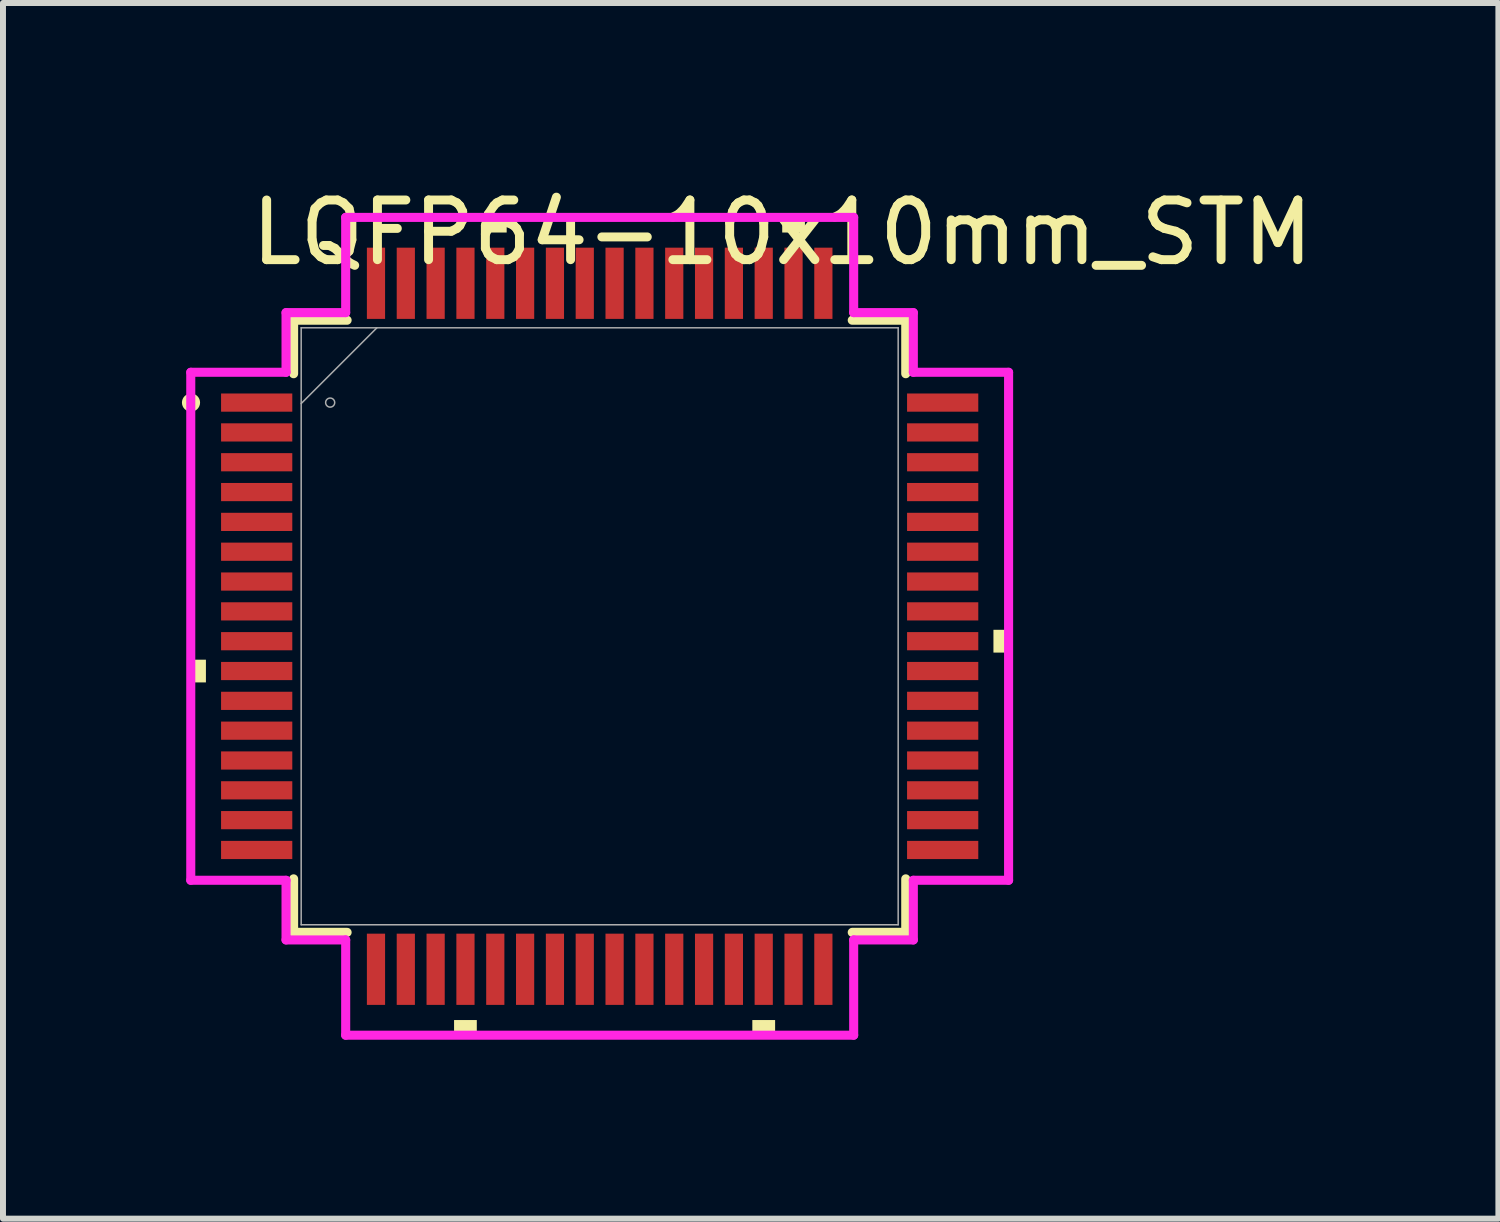
<source format=kicad_pcb>
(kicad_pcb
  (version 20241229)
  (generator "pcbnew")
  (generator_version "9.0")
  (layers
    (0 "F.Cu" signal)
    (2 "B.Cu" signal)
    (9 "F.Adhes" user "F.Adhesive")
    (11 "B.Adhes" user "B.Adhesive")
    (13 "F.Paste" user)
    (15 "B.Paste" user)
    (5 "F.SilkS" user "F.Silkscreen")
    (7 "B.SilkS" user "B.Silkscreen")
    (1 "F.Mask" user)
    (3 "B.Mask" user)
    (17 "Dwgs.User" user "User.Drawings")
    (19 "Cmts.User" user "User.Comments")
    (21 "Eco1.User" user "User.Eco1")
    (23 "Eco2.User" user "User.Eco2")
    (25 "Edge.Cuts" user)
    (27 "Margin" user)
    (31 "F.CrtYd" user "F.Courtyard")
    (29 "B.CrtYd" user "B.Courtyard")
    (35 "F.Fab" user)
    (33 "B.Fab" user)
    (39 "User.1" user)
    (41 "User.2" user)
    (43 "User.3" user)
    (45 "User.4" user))
  (footprint "LQFP64-10x10mm_STM"
    (layer "F.Cu")
    (at 7.003 7.449)
    (property "Reference" "LQFP64-10x10mm_STM" (at 3.06 -6.601 0) (unlocked yes) (layer "F.SilkS") (effects (font (size 1 1) (thickness 0.15))))
    (attr smd)
    (fp_line (start -5.131 -5.131) (end -5.131 -4.234) (stroke (width 0.152) (type solid)) (layer "F.SilkS"))
    (fp_line (start -5.131 4.234) (end -5.131 5.131) (stroke (width 0.152) (type solid)) (layer "F.SilkS"))
    (fp_line (start -5.131 5.131) (end -4.234 5.131) (stroke (width 0.152) (type solid)) (layer "F.SilkS"))
    (fp_line (start -4.234 -5.131) (end -5.131 -5.131) (stroke (width 0.152) (type solid)) (layer "F.SilkS"))
    (fp_line (start 4.234 5.131) (end 5.131 5.131) (stroke (width 0.152) (type solid)) (layer "F.SilkS"))
    (fp_line (start 5.131 -5.131) (end 4.234 -5.131) (stroke (width 0.152) (type solid)) (layer "F.SilkS"))
    (fp_line (start 5.131 -4.234) (end 5.131 -5.131) (stroke (width 0.152) (type solid)) (layer "F.SilkS"))
    (fp_line (start 5.131 5.131) (end 5.131 4.234) (stroke (width 0.152) (type solid)) (layer "F.SilkS"))
    (fp_circle (center -6.851 -3.75) (end -6.775 -3.75) (stroke (width 0.152) (type solid)) (fill no) (layer "F.SilkS"))
    (fp_poly (pts (xy -6.855 0.56) (xy -6.855 0.941) (xy -6.601 0.941) (xy -6.601 0.56)) (stroke (width 0) (type solid)) (fill yes) (layer "F.SilkS"))
    (fp_poly (pts (xy -2.441 6.601) (xy -2.441 6.855) (xy -2.06 6.855) (xy -2.06 6.601)) (stroke (width 0) (type solid)) (fill yes) (layer "F.SilkS"))
    (fp_poly (pts (xy -1.94 -6.601) (xy -1.94 -6.855) (xy -1.559 -6.855) (xy -1.559 -6.601)) (stroke (width 0) (type solid)) (fill yes) (layer "F.SilkS"))
    (fp_poly (pts (xy 2.559 6.601) (xy 2.559 6.855) (xy 2.941 6.855) (xy 2.941 6.601)) (stroke (width 0) (type solid)) (fill yes) (layer "F.SilkS"))
    (fp_poly (pts (xy 3.06 -6.601) (xy 3.06 -6.855) (xy 3.441 -6.855) (xy 3.441 -6.601)) (stroke (width 0) (type solid)) (fill yes) (layer "F.SilkS"))
    (fp_poly (pts (xy 6.855 0.059) (xy 6.855 0.441) (xy 6.601 0.441) (xy 6.601 0.059)) (stroke (width 0) (type solid)) (fill yes) (layer "F.SilkS"))
    (fp_line (start -6.855 -4.258) (end -5.258 -4.258) (stroke (width 0.152) (type solid)) (layer "F.CrtYd"))
    (fp_line (start -6.855 4.258) (end -6.855 -4.258) (stroke (width 0.152) (type solid)) (layer "F.CrtYd"))
    (fp_line (start -5.258 -5.258) (end -4.258 -5.258) (stroke (width 0.152) (type solid)) (layer "F.CrtYd"))
    (fp_line (start -5.258 -4.258) (end -5.258 -5.258) (stroke (width 0.152) (type solid)) (layer "F.CrtYd"))
    (fp_line (start -5.258 4.258) (end -6.855 4.258) (stroke (width 0.152) (type solid)) (layer "F.CrtYd"))
    (fp_line (start -5.258 5.258) (end -5.258 4.258) (stroke (width 0.152) (type solid)) (layer "F.CrtYd"))
    (fp_line (start -4.258 -6.855) (end 4.258 -6.855) (stroke (width 0.152) (type solid)) (layer "F.CrtYd"))
    (fp_line (start -4.258 -5.258) (end -4.258 -6.855) (stroke (width 0.152) (type solid)) (layer "F.CrtYd"))
    (fp_line (start -4.258 5.258) (end -5.258 5.258) (stroke (width 0.152) (type solid)) (layer "F.CrtYd"))
    (fp_line (start -4.258 6.855) (end -4.258 5.258) (stroke (width 0.152) (type solid)) (layer "F.CrtYd"))
    (fp_line (start 4.258 -6.855) (end 4.258 -5.258) (stroke (width 0.152) (type solid)) (layer "F.CrtYd"))
    (fp_line (start 4.258 -5.258) (end 5.258 -5.258) (stroke (width 0.152) (type solid)) (layer "F.CrtYd"))
    (fp_line (start 4.258 5.258) (end 4.258 6.855) (stroke (width 0.152) (type solid)) (layer "F.CrtYd"))
    (fp_line (start 4.258 6.855) (end -4.258 6.855) (stroke (width 0.152) (type solid)) (layer "F.CrtYd"))
    (fp_line (start 5.258 -5.258) (end 5.258 -4.258) (stroke (width 0.152) (type solid)) (layer "F.CrtYd"))
    (fp_line (start 5.258 -4.258) (end 6.855 -4.258) (stroke (width 0.152) (type solid)) (layer "F.CrtYd"))
    (fp_line (start 5.258 4.258) (end 5.258 5.258) (stroke (width 0.152) (type solid)) (layer "F.CrtYd"))
    (fp_line (start 5.258 5.258) (end 4.258 5.258) (stroke (width 0.152) (type solid)) (layer "F.CrtYd"))
    (fp_line (start 6.855 -4.258) (end 6.855 4.258) (stroke (width 0.152) (type solid)) (layer "F.CrtYd"))
    (fp_line (start 6.855 4.258) (end 5.258 4.258) (stroke (width 0.152) (type solid)) (layer "F.CrtYd"))
    (fp_line (start -5.004 -5.004) (end -5.004 5.004) (stroke (width 0.025) (type solid)) (layer "F.Fab"))
    (fp_line (start -5.004 -3.734) (end -3.734 -5.004) (stroke (width 0.025) (type solid)) (layer "F.Fab"))
    (fp_line (start -5.004 5.004) (end 5.004 5.004) (stroke (width 0.025) (type solid)) (layer "F.Fab"))
    (fp_line (start 5.004 -5.004) (end -5.004 -5.004) (stroke (width 0.025) (type solid)) (layer "F.Fab"))
    (fp_line (start 5.004 5.004) (end 5.004 -5.004) (stroke (width 0.025) (type solid)) (layer "F.Fab"))
    (fp_circle (center -4.518 -3.75) (end -4.442 -3.75) (stroke (width 0.025) (type solid)) (fill no) (layer "F.Fab"))
    (pad "1" smd rect (at -5.75 -3.75) (size 1.194 0.305) (layers "F.Cu" "F.Mask" "F.Paste"))
    (pad "2" smd rect (at -5.75 -3.25) (size 1.194 0.305) (layers "F.Cu" "F.Mask" "F.Paste"))
    (pad "3" smd rect (at -5.75 -2.75) (size 1.194 0.305) (layers "F.Cu" "F.Mask" "F.Paste"))
    (pad "4" smd rect (at -5.75 -2.25) (size 1.194 0.305) (layers "F.Cu" "F.Mask" "F.Paste"))
    (pad "5" smd rect (at -5.75 -1.75) (size 1.194 0.305) (layers "F.Cu" "F.Mask" "F.Paste"))
    (pad "6" smd rect (at -5.75 -1.25) (size 1.194 0.305) (layers "F.Cu" "F.Mask" "F.Paste"))
    (pad "7" smd rect (at -5.75 -0.75) (size 1.194 0.305) (layers "F.Cu" "F.Mask" "F.Paste"))
    (pad "8" smd rect (at -5.75 -0.25) (size 1.194 0.305) (layers "F.Cu" "F.Mask" "F.Paste"))
    (pad "9" smd rect (at -5.75 0.25) (size 1.194 0.305) (layers "F.Cu" "F.Mask" "F.Paste"))
    (pad "10" smd rect (at -5.75 0.75) (size 1.194 0.305) (layers "F.Cu" "F.Mask" "F.Paste"))
    (pad "11" smd rect (at -5.75 1.25) (size 1.194 0.305) (layers "F.Cu" "F.Mask" "F.Paste"))
    (pad "12" smd rect (at -5.75 1.75) (size 1.194 0.305) (layers "F.Cu" "F.Mask" "F.Paste"))
    (pad "13" smd rect (at -5.75 2.25) (size 1.194 0.305) (layers "F.Cu" "F.Mask" "F.Paste"))
    (pad "14" smd rect (at -5.75 2.75) (size 1.194 0.305) (layers "F.Cu" "F.Mask" "F.Paste"))
    (pad "15" smd rect (at -5.75 3.25) (size 1.194 0.305) (layers "F.Cu" "F.Mask" "F.Paste"))
    (pad "16" smd rect (at -5.75 3.75) (size 1.194 0.305) (layers "F.Cu" "F.Mask" "F.Paste"))
    (pad "17" smd rect (at -3.75 5.75 90) (size 1.194 0.305) (layers "F.Cu" "F.Mask" "F.Paste"))
    (pad "18" smd rect (at -3.25 5.75 90) (size 1.194 0.305) (layers "F.Cu" "F.Mask" "F.Paste"))
    (pad "19" smd rect (at -2.75 5.75 90) (size 1.194 0.305) (layers "F.Cu" "F.Mask" "F.Paste"))
    (pad "20" smd rect (at -2.25 5.75 90) (size 1.194 0.305) (layers "F.Cu" "F.Mask" "F.Paste"))
    (pad "21" smd rect (at -1.75 5.75 90) (size 1.194 0.305) (layers "F.Cu" "F.Mask" "F.Paste"))
    (pad "22" smd rect (at -1.25 5.75 90) (size 1.194 0.305) (layers "F.Cu" "F.Mask" "F.Paste"))
    (pad "23" smd rect (at -0.75 5.75 90) (size 1.194 0.305) (layers "F.Cu" "F.Mask" "F.Paste"))
    (pad "24" smd rect (at -0.25 5.75 90) (size 1.194 0.305) (layers "F.Cu" "F.Mask" "F.Paste"))
    (pad "25" smd rect (at 0.25 5.75 90) (size 1.194 0.305) (layers "F.Cu" "F.Mask" "F.Paste"))
    (pad "26" smd rect (at 0.75 5.75 90) (size 1.194 0.305) (layers "F.Cu" "F.Mask" "F.Paste"))
    (pad "27" smd rect (at 1.25 5.75 90) (size 1.194 0.305) (layers "F.Cu" "F.Mask" "F.Paste"))
    (pad "28" smd rect (at 1.75 5.75 90) (size 1.194 0.305) (layers "F.Cu" "F.Mask" "F.Paste"))
    (pad "29" smd rect (at 2.25 5.75 90) (size 1.194 0.305) (layers "F.Cu" "F.Mask" "F.Paste"))
    (pad "30" smd rect (at 2.75 5.75 90) (size 1.194 0.305) (layers "F.Cu" "F.Mask" "F.Paste"))
    (pad "31" smd rect (at 3.25 5.75 90) (size 1.194 0.305) (layers "F.Cu" "F.Mask" "F.Paste"))
    (pad "32" smd rect (at 3.75 5.75 90) (size 1.194 0.305) (layers "F.Cu" "F.Mask" "F.Paste"))
    (pad "33" smd rect (at 5.75 3.75) (size 1.194 0.305) (layers "F.Cu" "F.Mask" "F.Paste"))
    (pad "34" smd rect (at 5.75 3.25) (size 1.194 0.305) (layers "F.Cu" "F.Mask" "F.Paste"))
    (pad "35" smd rect (at 5.75 2.75) (size 1.194 0.305) (layers "F.Cu" "F.Mask" "F.Paste"))
    (pad "36" smd rect (at 5.75 2.25) (size 1.194 0.305) (layers "F.Cu" "F.Mask" "F.Paste"))
    (pad "37" smd rect (at 5.75 1.75) (size 1.194 0.305) (layers "F.Cu" "F.Mask" "F.Paste"))
    (pad "38" smd rect (at 5.75 1.25) (size 1.194 0.305) (layers "F.Cu" "F.Mask" "F.Paste"))
    (pad "39" smd rect (at 5.75 0.75) (size 1.194 0.305) (layers "F.Cu" "F.Mask" "F.Paste"))
    (pad "40" smd rect (at 5.75 0.25) (size 1.194 0.305) (layers "F.Cu" "F.Mask" "F.Paste"))
    (pad "41" smd rect (at 5.75 -0.25) (size 1.194 0.305) (layers "F.Cu" "F.Mask" "F.Paste"))
    (pad "42" smd rect (at 5.75 -0.75) (size 1.194 0.305) (layers "F.Cu" "F.Mask" "F.Paste"))
    (pad "43" smd rect (at 5.75 -1.25) (size 1.194 0.305) (layers "F.Cu" "F.Mask" "F.Paste"))
    (pad "44" smd rect (at 5.75 -1.75) (size 1.194 0.305) (layers "F.Cu" "F.Mask" "F.Paste"))
    (pad "45" smd rect (at 5.75 -2.25) (size 1.194 0.305) (layers "F.Cu" "F.Mask" "F.Paste"))
    (pad "46" smd rect (at 5.75 -2.75) (size 1.194 0.305) (layers "F.Cu" "F.Mask" "F.Paste"))
    (pad "47" smd rect (at 5.75 -3.25) (size 1.194 0.305) (layers "F.Cu" "F.Mask" "F.Paste"))
    (pad "48" smd rect (at 5.75 -3.75) (size 1.194 0.305) (layers "F.Cu" "F.Mask" "F.Paste"))
    (pad "49" smd rect (at 3.75 -5.75 90) (size 1.194 0.305) (layers "F.Cu" "F.Mask" "F.Paste"))
    (pad "50" smd rect (at 3.25 -5.75 90) (size 1.194 0.305) (layers "F.Cu" "F.Mask" "F.Paste"))
    (pad "51" smd rect (at 2.75 -5.75 90) (size 1.194 0.305) (layers "F.Cu" "F.Mask" "F.Paste"))
    (pad "52" smd rect (at 2.25 -5.75 90) (size 1.194 0.305) (layers "F.Cu" "F.Mask" "F.Paste"))
    (pad "53" smd rect (at 1.75 -5.75 90) (size 1.194 0.305) (layers "F.Cu" "F.Mask" "F.Paste"))
    (pad "54" smd rect (at 1.25 -5.75 90) (size 1.194 0.305) (layers "F.Cu" "F.Mask" "F.Paste"))
    (pad "55" smd rect (at 0.75 -5.75 90) (size 1.194 0.305) (layers "F.Cu" "F.Mask" "F.Paste"))
    (pad "56" smd rect (at 0.25 -5.75 90) (size 1.194 0.305) (layers "F.Cu" "F.Mask" "F.Paste"))
    (pad "57" smd rect (at -0.25 -5.75 90) (size 1.194 0.305) (layers "F.Cu" "F.Mask" "F.Paste"))
    (pad "58" smd rect (at -0.75 -5.75 90) (size 1.194 0.305) (layers "F.Cu" "F.Mask" "F.Paste"))
    (pad "59" smd rect (at -1.25 -5.75 90) (size 1.194 0.305) (layers "F.Cu" "F.Mask" "F.Paste"))
    (pad "60" smd rect (at -1.75 -5.75 90) (size 1.194 0.305) (layers "F.Cu" "F.Mask" "F.Paste"))
    (pad "61" smd rect (at -2.25 -5.75 90) (size 1.194 0.305) (layers "F.Cu" "F.Mask" "F.Paste"))
    (pad "62" smd rect (at -2.75 -5.75 90) (size 1.194 0.305) (layers "F.Cu" "F.Mask" "F.Paste"))
    (pad "63" smd rect (at -3.25 -5.75 90) (size 1.194 0.305) (layers "F.Cu" "F.Mask" "F.Paste"))
    (pad "64" smd rect (at -3.75 -5.75 90) (size 1.194 0.305) (layers "F.Cu" "F.Mask" "F.Paste")))
  (gr_rect
    (start -3 -3)
    (end 22.069 17.38)
    (stroke (width 0.1) (type default))
    (fill no)
    (layer "Edge.Cuts")))
</source>
